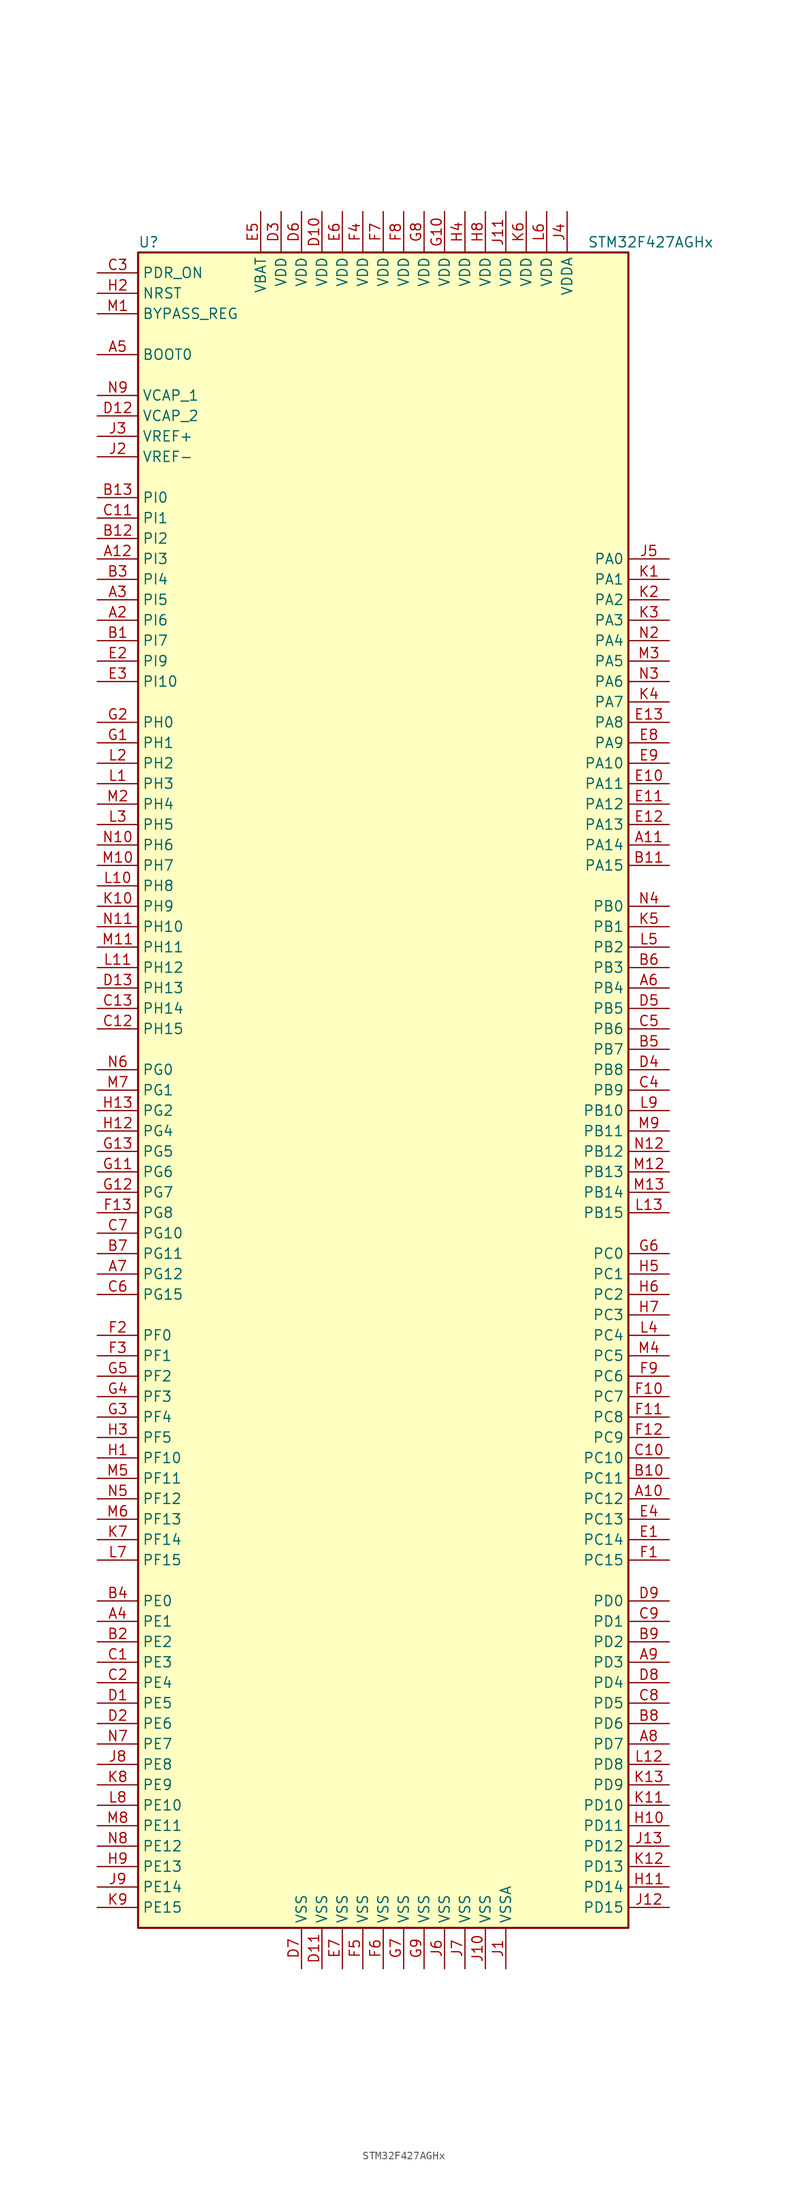
<source format=kicad_sym>
(kicad_symbol_lib
  (version 20211014)
  (generator kicad_symbol_editor)
  (symbol "STM32F427AGHx"
    (property "Reference" "U"
      (at -30.48 105.41 0)
      (effects (font (size 1.27 1.27)) (justify left)))
    (property "Value" "STM32F427AGHx"
      (at 25.4 105.41 0)
      (effects (font (size 1.27 1.27)) (justify left)))
    (symbol "STM32F427AGHx_0_1"
      (rectangle (start -30.48 -104.14) (end 30.48 104.14) (stroke (width 0.254) (type default) (color 0 0 0 0)) (fill (type background))))
    (symbol "STM32F427AGHx_1_1"
      (pin no_connect line (at -30.48 -101.6 0) (length 5.08) hide (name "NC" (effects (font (size 1.27 1.27)))) (number "A1" (effects (font (size 1.27 1.27)))))
      (pin bidirectional line (at 35.56 -50.8 180) (length 5.08) (name "PC12" (effects (font (size 1.27 1.27)))) (number "A10" (effects (font (size 1.27 1.27)))))
      (pin bidirectional line (at 35.56 30.48 180) (length 5.08) (name "PA14" (effects (font (size 1.27 1.27)))) (number "A11" (effects (font (size 1.27 1.27)))))
      (pin bidirectional line (at -35.56 66.04 0) (length 5.08) (name "PI3" (effects (font (size 1.27 1.27)))) (number "A12" (effects (font (size 1.27 1.27)))))
      (pin no_connect line (at -30.48 -99.06 0) (length 5.08) hide (name "NC" (effects (font (size 1.27 1.27)))) (number "A13" (effects (font (size 1.27 1.27)))))
      (pin bidirectional line (at -35.56 58.42 0) (length 5.08) (name "PI6" (effects (font (size 1.27 1.27)))) (number "A2" (effects (font (size 1.27 1.27)))))
      (pin bidirectional line (at -35.56 60.96 0) (length 5.08) (name "PI5" (effects (font (size 1.27 1.27)))) (number "A3" (effects (font (size 1.27 1.27)))))
      (pin bidirectional line (at -35.56 -66.04 0) (length 5.08) (name "PE1" (effects (font (size 1.27 1.27)))) (number "A4" (effects (font (size 1.27 1.27)))))
      (pin input line (at -35.56 91.44 0) (length 5.08) (name "BOOT0" (effects (font (size 1.27 1.27)))) (number "A5" (effects (font (size 1.27 1.27)))))
      (pin bidirectional line (at 35.56 12.7 180) (length 5.08) (name "PB4" (effects (font (size 1.27 1.27)))) (number "A6" (effects (font (size 1.27 1.27)))))
      (pin bidirectional line (at -35.56 -22.86 0) (length 5.08) (name "PG12" (effects (font (size 1.27 1.27)))) (number "A7" (effects (font (size 1.27 1.27)))))
      (pin bidirectional line (at 35.56 -81.28 180) (length 5.08) (name "PD7" (effects (font (size 1.27 1.27)))) (number "A8" (effects (font (size 1.27 1.27)))))
      (pin bidirectional line (at 35.56 -71.12 180) (length 5.08) (name "PD3" (effects (font (size 1.27 1.27)))) (number "A9" (effects (font (size 1.27 1.27)))))
      (pin bidirectional line (at -35.56 55.88 0) (length 5.08) (name "PI7" (effects (font (size 1.27 1.27)))) (number "B1" (effects (font (size 1.27 1.27)))))
      (pin bidirectional line (at 35.56 -48.26 180) (length 5.08) (name "PC11" (effects (font (size 1.27 1.27)))) (number "B10" (effects (font (size 1.27 1.27)))))
      (pin bidirectional line (at 35.56 27.94 180) (length 5.08) (name "PA15" (effects (font (size 1.27 1.27)))) (number "B11" (effects (font (size 1.27 1.27)))))
      (pin bidirectional line (at -35.56 68.58 0) (length 5.08) (name "PI2" (effects (font (size 1.27 1.27)))) (number "B12" (effects (font (size 1.27 1.27)))))
      (pin bidirectional line (at -35.56 73.66 0) (length 5.08) (name "PI0" (effects (font (size 1.27 1.27)))) (number "B13" (effects (font (size 1.27 1.27)))))
      (pin bidirectional line (at -35.56 -68.58 0) (length 5.08) (name "PE2" (effects (font (size 1.27 1.27)))) (number "B2" (effects (font (size 1.27 1.27)))))
      (pin bidirectional line (at -35.56 63.5 0) (length 5.08) (name "PI4" (effects (font (size 1.27 1.27)))) (number "B3" (effects (font (size 1.27 1.27)))))
      (pin bidirectional line (at -35.56 -63.5 0) (length 5.08) (name "PE0" (effects (font (size 1.27 1.27)))) (number "B4" (effects (font (size 1.27 1.27)))))
      (pin bidirectional line (at 35.56 5.08 180) (length 5.08) (name "PB7" (effects (font (size 1.27 1.27)))) (number "B5" (effects (font (size 1.27 1.27)))))
      (pin bidirectional line (at 35.56 15.24 180) (length 5.08) (name "PB3" (effects (font (size 1.27 1.27)))) (number "B6" (effects (font (size 1.27 1.27)))))
      (pin bidirectional line (at -35.56 -20.32 0) (length 5.08) (name "PG11" (effects (font (size 1.27 1.27)))) (number "B7" (effects (font (size 1.27 1.27)))))
      (pin bidirectional line (at 35.56 -78.74 180) (length 5.08) (name "PD6" (effects (font (size 1.27 1.27)))) (number "B8" (effects (font (size 1.27 1.27)))))
      (pin bidirectional line (at 35.56 -68.58 180) (length 5.08) (name "PD2" (effects (font (size 1.27 1.27)))) (number "B9" (effects (font (size 1.27 1.27)))))
      (pin bidirectional line (at -35.56 -71.12 0) (length 5.08) (name "PE3" (effects (font (size 1.27 1.27)))) (number "C1" (effects (font (size 1.27 1.27)))))
      (pin bidirectional line (at 35.56 -45.72 180) (length 5.08) (name "PC10" (effects (font (size 1.27 1.27)))) (number "C10" (effects (font (size 1.27 1.27)))))
      (pin bidirectional line (at -35.56 71.12 0) (length 5.08) (name "PI1" (effects (font (size 1.27 1.27)))) (number "C11" (effects (font (size 1.27 1.27)))))
      (pin bidirectional line (at -35.56 7.62 0) (length 5.08) (name "PH15" (effects (font (size 1.27 1.27)))) (number "C12" (effects (font (size 1.27 1.27)))))
      (pin bidirectional line (at -35.56 10.16 0) (length 5.08) (name "PH14" (effects (font (size 1.27 1.27)))) (number "C13" (effects (font (size 1.27 1.27)))))
      (pin bidirectional line (at -35.56 -73.66 0) (length 5.08) (name "PE4" (effects (font (size 1.27 1.27)))) (number "C2" (effects (font (size 1.27 1.27)))))
      (pin input line (at -35.56 101.6 0) (length 5.08) (name "PDR_ON" (effects (font (size 1.27 1.27)))) (number "C3" (effects (font (size 1.27 1.27)))))
      (pin bidirectional line (at 35.56 0 180) (length 5.08) (name "PB9" (effects (font (size 1.27 1.27)))) (number "C4" (effects (font (size 1.27 1.27)))))
      (pin bidirectional line (at 35.56 7.62 180) (length 5.08) (name "PB6" (effects (font (size 1.27 1.27)))) (number "C5" (effects (font (size 1.27 1.27)))))
      (pin bidirectional line (at -35.56 -25.4 0) (length 5.08) (name "PG15" (effects (font (size 1.27 1.27)))) (number "C6" (effects (font (size 1.27 1.27)))))
      (pin bidirectional line (at -35.56 -17.78 0) (length 5.08) (name "PG10" (effects (font (size 1.27 1.27)))) (number "C7" (effects (font (size 1.27 1.27)))))
      (pin bidirectional line (at 35.56 -76.2 180) (length 5.08) (name "PD5" (effects (font (size 1.27 1.27)))) (number "C8" (effects (font (size 1.27 1.27)))))
      (pin bidirectional line (at 35.56 -66.04 180) (length 5.08) (name "PD1" (effects (font (size 1.27 1.27)))) (number "C9" (effects (font (size 1.27 1.27)))))
      (pin bidirectional line (at -35.56 -76.2 0) (length 5.08) (name "PE5" (effects (font (size 1.27 1.27)))) (number "D1" (effects (font (size 1.27 1.27)))))
      (pin power_in line (at -7.62 109.22 270) (length 5.08) (name "VDD" (effects (font (size 1.27 1.27)))) (number "D10" (effects (font (size 1.27 1.27)))))
      (pin power_in line (at -7.62 -109.22 90) (length 5.08) (name "VSS" (effects (font (size 1.27 1.27)))) (number "D11" (effects (font (size 1.27 1.27)))))
      (pin power_in line (at -35.56 83.82 0) (length 5.08) (name "VCAP_2" (effects (font (size 1.27 1.27)))) (number "D12" (effects (font (size 1.27 1.27)))))
      (pin bidirectional line (at -35.56 12.7 0) (length 5.08) (name "PH13" (effects (font (size 1.27 1.27)))) (number "D13" (effects (font (size 1.27 1.27)))))
      (pin bidirectional line (at -35.56 -78.74 0) (length 5.08) (name "PE6" (effects (font (size 1.27 1.27)))) (number "D2" (effects (font (size 1.27 1.27)))))
      (pin power_in line (at -12.7 109.22 270) (length 5.08) (name "VDD" (effects (font (size 1.27 1.27)))) (number "D3" (effects (font (size 1.27 1.27)))))
      (pin bidirectional line (at 35.56 2.54 180) (length 5.08) (name "PB8" (effects (font (size 1.27 1.27)))) (number "D4" (effects (font (size 1.27 1.27)))))
      (pin bidirectional line (at 35.56 10.16 180) (length 5.08) (name "PB5" (effects (font (size 1.27 1.27)))) (number "D5" (effects (font (size 1.27 1.27)))))
      (pin power_in line (at -10.16 109.22 270) (length 5.08) (name "VDD" (effects (font (size 1.27 1.27)))) (number "D6" (effects (font (size 1.27 1.27)))))
      (pin power_in line (at -10.16 -109.22 90) (length 5.08) (name "VSS" (effects (font (size 1.27 1.27)))) (number "D7" (effects (font (size 1.27 1.27)))))
      (pin bidirectional line (at 35.56 -73.66 180) (length 5.08) (name "PD4" (effects (font (size 1.27 1.27)))) (number "D8" (effects (font (size 1.27 1.27)))))
      (pin bidirectional line (at 35.56 -63.5 180) (length 5.08) (name "PD0" (effects (font (size 1.27 1.27)))) (number "D9" (effects (font (size 1.27 1.27)))))
      (pin bidirectional line (at 35.56 -55.88 180) (length 5.08) (name "PC14" (effects (font (size 1.27 1.27)))) (number "E1" (effects (font (size 1.27 1.27)))))
      (pin bidirectional line (at 35.56 38.1 180) (length 5.08) (name "PA11" (effects (font (size 1.27 1.27)))) (number "E10" (effects (font (size 1.27 1.27)))))
      (pin bidirectional line (at 35.56 35.56 180) (length 5.08) (name "PA12" (effects (font (size 1.27 1.27)))) (number "E11" (effects (font (size 1.27 1.27)))))
      (pin bidirectional line (at 35.56 33.02 180) (length 5.08) (name "PA13" (effects (font (size 1.27 1.27)))) (number "E12" (effects (font (size 1.27 1.27)))))
      (pin bidirectional line (at 35.56 45.72 180) (length 5.08) (name "PA8" (effects (font (size 1.27 1.27)))) (number "E13" (effects (font (size 1.27 1.27)))))
      (pin bidirectional line (at -35.56 53.34 0) (length 5.08) (name "PI9" (effects (font (size 1.27 1.27)))) (number "E2" (effects (font (size 1.27 1.27)))))
      (pin bidirectional line (at -35.56 50.8 0) (length 5.08) (name "PI10" (effects (font (size 1.27 1.27)))) (number "E3" (effects (font (size 1.27 1.27)))))
      (pin bidirectional line (at 35.56 -53.34 180) (length 5.08) (name "PC13" (effects (font (size 1.27 1.27)))) (number "E4" (effects (font (size 1.27 1.27)))))
      (pin power_in line (at -15.24 109.22 270) (length 5.08) (name "VBAT" (effects (font (size 1.27 1.27)))) (number "E5" (effects (font (size 1.27 1.27)))))
      (pin power_in line (at -5.08 109.22 270) (length 5.08) (name "VDD" (effects (font (size 1.27 1.27)))) (number "E6" (effects (font (size 1.27 1.27)))))
      (pin power_in line (at -5.08 -109.22 90) (length 5.08) (name "VSS" (effects (font (size 1.27 1.27)))) (number "E7" (effects (font (size 1.27 1.27)))))
      (pin bidirectional line (at 35.56 43.18 180) (length 5.08) (name "PA9" (effects (font (size 1.27 1.27)))) (number "E8" (effects (font (size 1.27 1.27)))))
      (pin bidirectional line (at 35.56 40.64 180) (length 5.08) (name "PA10" (effects (font (size 1.27 1.27)))) (number "E9" (effects (font (size 1.27 1.27)))))
      (pin bidirectional line (at 35.56 -58.42 180) (length 5.08) (name "PC15" (effects (font (size 1.27 1.27)))) (number "F1" (effects (font (size 1.27 1.27)))))
      (pin bidirectional line (at 35.56 -38.1 180) (length 5.08) (name "PC7" (effects (font (size 1.27 1.27)))) (number "F10" (effects (font (size 1.27 1.27)))))
      (pin bidirectional line (at 35.56 -40.64 180) (length 5.08) (name "PC8" (effects (font (size 1.27 1.27)))) (number "F11" (effects (font (size 1.27 1.27)))))
      (pin bidirectional line (at 35.56 -43.18 180) (length 5.08) (name "PC9" (effects (font (size 1.27 1.27)))) (number "F12" (effects (font (size 1.27 1.27)))))
      (pin bidirectional line (at -35.56 -15.24 0) (length 5.08) (name "PG8" (effects (font (size 1.27 1.27)))) (number "F13" (effects (font (size 1.27 1.27)))))
      (pin bidirectional line (at -35.56 -30.48 0) (length 5.08) (name "PF0" (effects (font (size 1.27 1.27)))) (number "F2" (effects (font (size 1.27 1.27)))))
      (pin bidirectional line (at -35.56 -33.02 0) (length 5.08) (name "PF1" (effects (font (size 1.27 1.27)))) (number "F3" (effects (font (size 1.27 1.27)))))
      (pin power_in line (at -2.54 109.22 270) (length 5.08) (name "VDD" (effects (font (size 1.27 1.27)))) (number "F4" (effects (font (size 1.27 1.27)))))
      (pin power_in line (at -2.54 -109.22 90) (length 5.08) (name "VSS" (effects (font (size 1.27 1.27)))) (number "F5" (effects (font (size 1.27 1.27)))))
      (pin power_in line (at 0 -109.22 90) (length 5.08) (name "VSS" (effects (font (size 1.27 1.27)))) (number "F6" (effects (font (size 1.27 1.27)))))
      (pin power_in line (at 0 109.22 270) (length 5.08) (name "VDD" (effects (font (size 1.27 1.27)))) (number "F7" (effects (font (size 1.27 1.27)))))
      (pin power_in line (at 2.54 109.22 270) (length 5.08) (name "VDD" (effects (font (size 1.27 1.27)))) (number "F8" (effects (font (size 1.27 1.27)))))
      (pin bidirectional line (at 35.56 -35.56 180) (length 5.08) (name "PC6" (effects (font (size 1.27 1.27)))) (number "F9" (effects (font (size 1.27 1.27)))))
      (pin input line (at -35.56 43.18 0) (length 5.08) (name "PH1" (effects (font (size 1.27 1.27)))) (number "G1" (effects (font (size 1.27 1.27)))))
      (pin power_in line (at 7.62 109.22 270) (length 5.08) (name "VDD" (effects (font (size 1.27 1.27)))) (number "G10" (effects (font (size 1.27 1.27)))))
      (pin bidirectional line (at -35.56 -10.16 0) (length 5.08) (name "PG6" (effects (font (size 1.27 1.27)))) (number "G11" (effects (font (size 1.27 1.27)))))
      (pin bidirectional line (at -35.56 -12.7 0) (length 5.08) (name "PG7" (effects (font (size 1.27 1.27)))) (number "G12" (effects (font (size 1.27 1.27)))))
      (pin bidirectional line (at -35.56 -7.62 0) (length 5.08) (name "PG5" (effects (font (size 1.27 1.27)))) (number "G13" (effects (font (size 1.27 1.27)))))
      (pin input line (at -35.56 45.72 0) (length 5.08) (name "PH0" (effects (font (size 1.27 1.27)))) (number "G2" (effects (font (size 1.27 1.27)))))
      (pin bidirectional line (at -35.56 -40.64 0) (length 5.08) (name "PF4" (effects (font (size 1.27 1.27)))) (number "G3" (effects (font (size 1.27 1.27)))))
      (pin bidirectional line (at -35.56 -38.1 0) (length 5.08) (name "PF3" (effects (font (size 1.27 1.27)))) (number "G4" (effects (font (size 1.27 1.27)))))
      (pin bidirectional line (at -35.56 -35.56 0) (length 5.08) (name "PF2" (effects (font (size 1.27 1.27)))) (number "G5" (effects (font (size 1.27 1.27)))))
      (pin bidirectional line (at 35.56 -20.32 180) (length 5.08) (name "PC0" (effects (font (size 1.27 1.27)))) (number "G6" (effects (font (size 1.27 1.27)))))
      (pin power_in line (at 2.54 -109.22 90) (length 5.08) (name "VSS" (effects (font (size 1.27 1.27)))) (number "G7" (effects (font (size 1.27 1.27)))))
      (pin power_in line (at 5.08 109.22 270) (length 5.08) (name "VDD" (effects (font (size 1.27 1.27)))) (number "G8" (effects (font (size 1.27 1.27)))))
      (pin power_in line (at 5.08 -109.22 90) (length 5.08) (name "VSS" (effects (font (size 1.27 1.27)))) (number "G9" (effects (font (size 1.27 1.27)))))
      (pin bidirectional line (at -35.56 -45.72 0) (length 5.08) (name "PF10" (effects (font (size 1.27 1.27)))) (number "H1" (effects (font (size 1.27 1.27)))))
      (pin bidirectional line (at 35.56 -91.44 180) (length 5.08) (name "PD11" (effects (font (size 1.27 1.27)))) (number "H10" (effects (font (size 1.27 1.27)))))
      (pin bidirectional line (at 35.56 -99.06 180) (length 5.08) (name "PD14" (effects (font (size 1.27 1.27)))) (number "H11" (effects (font (size 1.27 1.27)))))
      (pin bidirectional line (at -35.56 -5.08 0) (length 5.08) (name "PG4" (effects (font (size 1.27 1.27)))) (number "H12" (effects (font (size 1.27 1.27)))))
      (pin bidirectional line (at -35.56 -2.54 0) (length 5.08) (name "PG2" (effects (font (size 1.27 1.27)))) (number "H13" (effects (font (size 1.27 1.27)))))
      (pin input line (at -35.56 99.06 0) (length 5.08) (name "NRST" (effects (font (size 1.27 1.27)))) (number "H2" (effects (font (size 1.27 1.27)))))
      (pin bidirectional line (at -35.56 -43.18 0) (length 5.08) (name "PF5" (effects (font (size 1.27 1.27)))) (number "H3" (effects (font (size 1.27 1.27)))))
      (pin power_in line (at 10.16 109.22 270) (length 5.08) (name "VDD" (effects (font (size 1.27 1.27)))) (number "H4" (effects (font (size 1.27 1.27)))))
      (pin bidirectional line (at 35.56 -22.86 180) (length 5.08) (name "PC1" (effects (font (size 1.27 1.27)))) (number "H5" (effects (font (size 1.27 1.27)))))
      (pin bidirectional line (at 35.56 -25.4 180) (length 5.08) (name "PC2" (effects (font (size 1.27 1.27)))) (number "H6" (effects (font (size 1.27 1.27)))))
      (pin bidirectional line (at 35.56 -27.94 180) (length 5.08) (name "PC3" (effects (font (size 1.27 1.27)))) (number "H7" (effects (font (size 1.27 1.27)))))
      (pin power_in line (at 12.7 109.22 270) (length 5.08) (name "VDD" (effects (font (size 1.27 1.27)))) (number "H8" (effects (font (size 1.27 1.27)))))
      (pin bidirectional line (at -35.56 -96.52 0) (length 5.08) (name "PE13" (effects (font (size 1.27 1.27)))) (number "H9" (effects (font (size 1.27 1.27)))))
      (pin power_in line (at 15.24 -109.22 90) (length 5.08) (name "VSSA" (effects (font (size 1.27 1.27)))) (number "J1" (effects (font (size 1.27 1.27)))))
      (pin power_in line (at 12.7 -109.22 90) (length 5.08) (name "VSS" (effects (font (size 1.27 1.27)))) (number "J10" (effects (font (size 1.27 1.27)))))
      (pin power_in line (at 15.24 109.22 270) (length 5.08) (name "VDD" (effects (font (size 1.27 1.27)))) (number "J11" (effects (font (size 1.27 1.27)))))
      (pin bidirectional line (at 35.56 -101.6 180) (length 5.08) (name "PD15" (effects (font (size 1.27 1.27)))) (number "J12" (effects (font (size 1.27 1.27)))))
      (pin bidirectional line (at 35.56 -93.98 180) (length 5.08) (name "PD12" (effects (font (size 1.27 1.27)))) (number "J13" (effects (font (size 1.27 1.27)))))
      (pin power_in line (at -35.56 78.74 0) (length 5.08) (name "VREF-" (effects (font (size 1.27 1.27)))) (number "J2" (effects (font (size 1.27 1.27)))))
      (pin power_in line (at -35.56 81.28 0) (length 5.08) (name "VREF+" (effects (font (size 1.27 1.27)))) (number "J3" (effects (font (size 1.27 1.27)))))
      (pin power_in line (at 22.86 109.22 270) (length 5.08) (name "VDDA" (effects (font (size 1.27 1.27)))) (number "J4" (effects (font (size 1.27 1.27)))))
      (pin bidirectional line (at 35.56 66.04 180) (length 5.08) (name "PA0" (effects (font (size 1.27 1.27)))) (number "J5" (effects (font (size 1.27 1.27)))))
      (pin power_in line (at 7.62 -109.22 90) (length 5.08) (name "VSS" (effects (font (size 1.27 1.27)))) (number "J6" (effects (font (size 1.27 1.27)))))
      (pin power_in line (at 10.16 -109.22 90) (length 5.08) (name "VSS" (effects (font (size 1.27 1.27)))) (number "J7" (effects (font (size 1.27 1.27)))))
      (pin bidirectional line (at -35.56 -83.82 0) (length 5.08) (name "PE8" (effects (font (size 1.27 1.27)))) (number "J8" (effects (font (size 1.27 1.27)))))
      (pin bidirectional line (at -35.56 -99.06 0) (length 5.08) (name "PE14" (effects (font (size 1.27 1.27)))) (number "J9" (effects (font (size 1.27 1.27)))))
      (pin bidirectional line (at 35.56 63.5 180) (length 5.08) (name "PA1" (effects (font (size 1.27 1.27)))) (number "K1" (effects (font (size 1.27 1.27)))))
      (pin bidirectional line (at -35.56 22.86 0) (length 5.08) (name "PH9" (effects (font (size 1.27 1.27)))) (number "K10" (effects (font (size 1.27 1.27)))))
      (pin bidirectional line (at 35.56 -88.9 180) (length 5.08) (name "PD10" (effects (font (size 1.27 1.27)))) (number "K11" (effects (font (size 1.27 1.27)))))
      (pin bidirectional line (at 35.56 -96.52 180) (length 5.08) (name "PD13" (effects (font (size 1.27 1.27)))) (number "K12" (effects (font (size 1.27 1.27)))))
      (pin bidirectional line (at 35.56 -86.36 180) (length 5.08) (name "PD9" (effects (font (size 1.27 1.27)))) (number "K13" (effects (font (size 1.27 1.27)))))
      (pin bidirectional line (at 35.56 60.96 180) (length 5.08) (name "PA2" (effects (font (size 1.27 1.27)))) (number "K2" (effects (font (size 1.27 1.27)))))
      (pin bidirectional line (at 35.56 58.42 180) (length 5.08) (name "PA3" (effects (font (size 1.27 1.27)))) (number "K3" (effects (font (size 1.27 1.27)))))
      (pin bidirectional line (at 35.56 48.26 180) (length 5.08) (name "PA7" (effects (font (size 1.27 1.27)))) (number "K4" (effects (font (size 1.27 1.27)))))
      (pin bidirectional line (at 35.56 20.32 180) (length 5.08) (name "PB1" (effects (font (size 1.27 1.27)))) (number "K5" (effects (font (size 1.27 1.27)))))
      (pin power_in line (at 17.78 109.22 270) (length 5.08) (name "VDD" (effects (font (size 1.27 1.27)))) (number "K6" (effects (font (size 1.27 1.27)))))
      (pin bidirectional line (at -35.56 -55.88 0) (length 5.08) (name "PF14" (effects (font (size 1.27 1.27)))) (number "K7" (effects (font (size 1.27 1.27)))))
      (pin bidirectional line (at -35.56 -86.36 0) (length 5.08) (name "PE9" (effects (font (size 1.27 1.27)))) (number "K8" (effects (font (size 1.27 1.27)))))
      (pin bidirectional line (at -35.56 -101.6 0) (length 5.08) (name "PE15" (effects (font (size 1.27 1.27)))) (number "K9" (effects (font (size 1.27 1.27)))))
      (pin bidirectional line (at -35.56 38.1 0) (length 5.08) (name "PH3" (effects (font (size 1.27 1.27)))) (number "L1" (effects (font (size 1.27 1.27)))))
      (pin bidirectional line (at -35.56 25.4 0) (length 5.08) (name "PH8" (effects (font (size 1.27 1.27)))) (number "L10" (effects (font (size 1.27 1.27)))))
      (pin bidirectional line (at -35.56 15.24 0) (length 5.08) (name "PH12" (effects (font (size 1.27 1.27)))) (number "L11" (effects (font (size 1.27 1.27)))))
      (pin bidirectional line (at 35.56 -83.82 180) (length 5.08) (name "PD8" (effects (font (size 1.27 1.27)))) (number "L12" (effects (font (size 1.27 1.27)))))
      (pin bidirectional line (at 35.56 -15.24 180) (length 5.08) (name "PB15" (effects (font (size 1.27 1.27)))) (number "L13" (effects (font (size 1.27 1.27)))))
      (pin bidirectional line (at -35.56 40.64 0) (length 5.08) (name "PH2" (effects (font (size 1.27 1.27)))) (number "L2" (effects (font (size 1.27 1.27)))))
      (pin bidirectional line (at -35.56 33.02 0) (length 5.08) (name "PH5" (effects (font (size 1.27 1.27)))) (number "L3" (effects (font (size 1.27 1.27)))))
      (pin bidirectional line (at 35.56 -30.48 180) (length 5.08) (name "PC4" (effects (font (size 1.27 1.27)))) (number "L4" (effects (font (size 1.27 1.27)))))
      (pin bidirectional line (at 35.56 17.78 180) (length 5.08) (name "PB2" (effects (font (size 1.27 1.27)))) (number "L5" (effects (font (size 1.27 1.27)))))
      (pin power_in line (at 20.32 109.22 270) (length 5.08) (name "VDD" (effects (font (size 1.27 1.27)))) (number "L6" (effects (font (size 1.27 1.27)))))
      (pin bidirectional line (at -35.56 -58.42 0) (length 5.08) (name "PF15" (effects (font (size 1.27 1.27)))) (number "L7" (effects (font (size 1.27 1.27)))))
      (pin bidirectional line (at -35.56 -88.9 0) (length 5.08) (name "PE10" (effects (font (size 1.27 1.27)))) (number "L8" (effects (font (size 1.27 1.27)))))
      (pin bidirectional line (at 35.56 -2.54 180) (length 5.08) (name "PB10" (effects (font (size 1.27 1.27)))) (number "L9" (effects (font (size 1.27 1.27)))))
      (pin input line (at -35.56 96.52 0) (length 5.08) (name "BYPASS_REG" (effects (font (size 1.27 1.27)))) (number "M1" (effects (font (size 1.27 1.27)))))
      (pin bidirectional line (at -35.56 27.94 0) (length 5.08) (name "PH7" (effects (font (size 1.27 1.27)))) (number "M10" (effects (font (size 1.27 1.27)))))
      (pin bidirectional line (at -35.56 17.78 0) (length 5.08) (name "PH11" (effects (font (size 1.27 1.27)))) (number "M11" (effects (font (size 1.27 1.27)))))
      (pin bidirectional line (at 35.56 -10.16 180) (length 5.08) (name "PB13" (effects (font (size 1.27 1.27)))) (number "M12" (effects (font (size 1.27 1.27)))))
      (pin bidirectional line (at 35.56 -12.7 180) (length 5.08) (name "PB14" (effects (font (size 1.27 1.27)))) (number "M13" (effects (font (size 1.27 1.27)))))
      (pin bidirectional line (at -35.56 35.56 0) (length 5.08) (name "PH4" (effects (font (size 1.27 1.27)))) (number "M2" (effects (font (size 1.27 1.27)))))
      (pin bidirectional line (at 35.56 53.34 180) (length 5.08) (name "PA5" (effects (font (size 1.27 1.27)))) (number "M3" (effects (font (size 1.27 1.27)))))
      (pin bidirectional line (at 35.56 -33.02 180) (length 5.08) (name "PC5" (effects (font (size 1.27 1.27)))) (number "M4" (effects (font (size 1.27 1.27)))))
      (pin bidirectional line (at -35.56 -48.26 0) (length 5.08) (name "PF11" (effects (font (size 1.27 1.27)))) (number "M5" (effects (font (size 1.27 1.27)))))
      (pin bidirectional line (at -35.56 -53.34 0) (length 5.08) (name "PF13" (effects (font (size 1.27 1.27)))) (number "M6" (effects (font (size 1.27 1.27)))))
      (pin bidirectional line (at -35.56 0 0) (length 5.08) (name "PG1" (effects (font (size 1.27 1.27)))) (number "M7" (effects (font (size 1.27 1.27)))))
      (pin bidirectional line (at -35.56 -91.44 0) (length 5.08) (name "PE11" (effects (font (size 1.27 1.27)))) (number "M8" (effects (font (size 1.27 1.27)))))
      (pin bidirectional line (at 35.56 -5.08 180) (length 5.08) (name "PB11" (effects (font (size 1.27 1.27)))) (number "M9" (effects (font (size 1.27 1.27)))))
      (pin no_connect line (at -30.48 -96.52 0) (length 5.08) hide (name "NC" (effects (font (size 1.27 1.27)))) (number "N1" (effects (font (size 1.27 1.27)))))
      (pin bidirectional line (at -35.56 30.48 0) (length 5.08) (name "PH6" (effects (font (size 1.27 1.27)))) (number "N10" (effects (font (size 1.27 1.27)))))
      (pin bidirectional line (at -35.56 20.32 0) (length 5.08) (name "PH10" (effects (font (size 1.27 1.27)))) (number "N11" (effects (font (size 1.27 1.27)))))
      (pin bidirectional line (at 35.56 -7.62 180) (length 5.08) (name "PB12" (effects (font (size 1.27 1.27)))) (number "N12" (effects (font (size 1.27 1.27)))))
      (pin no_connect line (at -30.48 -93.98 0) (length 5.08) hide (name "NC" (effects (font (size 1.27 1.27)))) (number "N13" (effects (font (size 1.27 1.27)))))
      (pin bidirectional line (at 35.56 55.88 180) (length 5.08) (name "PA4" (effects (font (size 1.27 1.27)))) (number "N2" (effects (font (size 1.27 1.27)))))
      (pin bidirectional line (at 35.56 50.8 180) (length 5.08) (name "PA6" (effects (font (size 1.27 1.27)))) (number "N3" (effects (font (size 1.27 1.27)))))
      (pin bidirectional line (at 35.56 22.86 180) (length 5.08) (name "PB0" (effects (font (size 1.27 1.27)))) (number "N4" (effects (font (size 1.27 1.27)))))
      (pin bidirectional line (at -35.56 -50.8 0) (length 5.08) (name "PF12" (effects (font (size 1.27 1.27)))) (number "N5" (effects (font (size 1.27 1.27)))))
      (pin bidirectional line (at -35.56 2.54 0) (length 5.08) (name "PG0" (effects (font (size 1.27 1.27)))) (number "N6" (effects (font (size 1.27 1.27)))))
      (pin bidirectional line (at -35.56 -81.28 0) (length 5.08) (name "PE7" (effects (font (size 1.27 1.27)))) (number "N7" (effects (font (size 1.27 1.27)))))
      (pin bidirectional line (at -35.56 -93.98 0) (length 5.08) (name "PE12" (effects (font (size 1.27 1.27)))) (number "N8" (effects (font (size 1.27 1.27)))))
      (pin power_in line (at -35.56 86.36 0) (length 5.08) (name "VCAP_1" (effects (font (size 1.27 1.27)))) (number "N9" (effects (font (size 1.27 1.27))))))))
</source>
